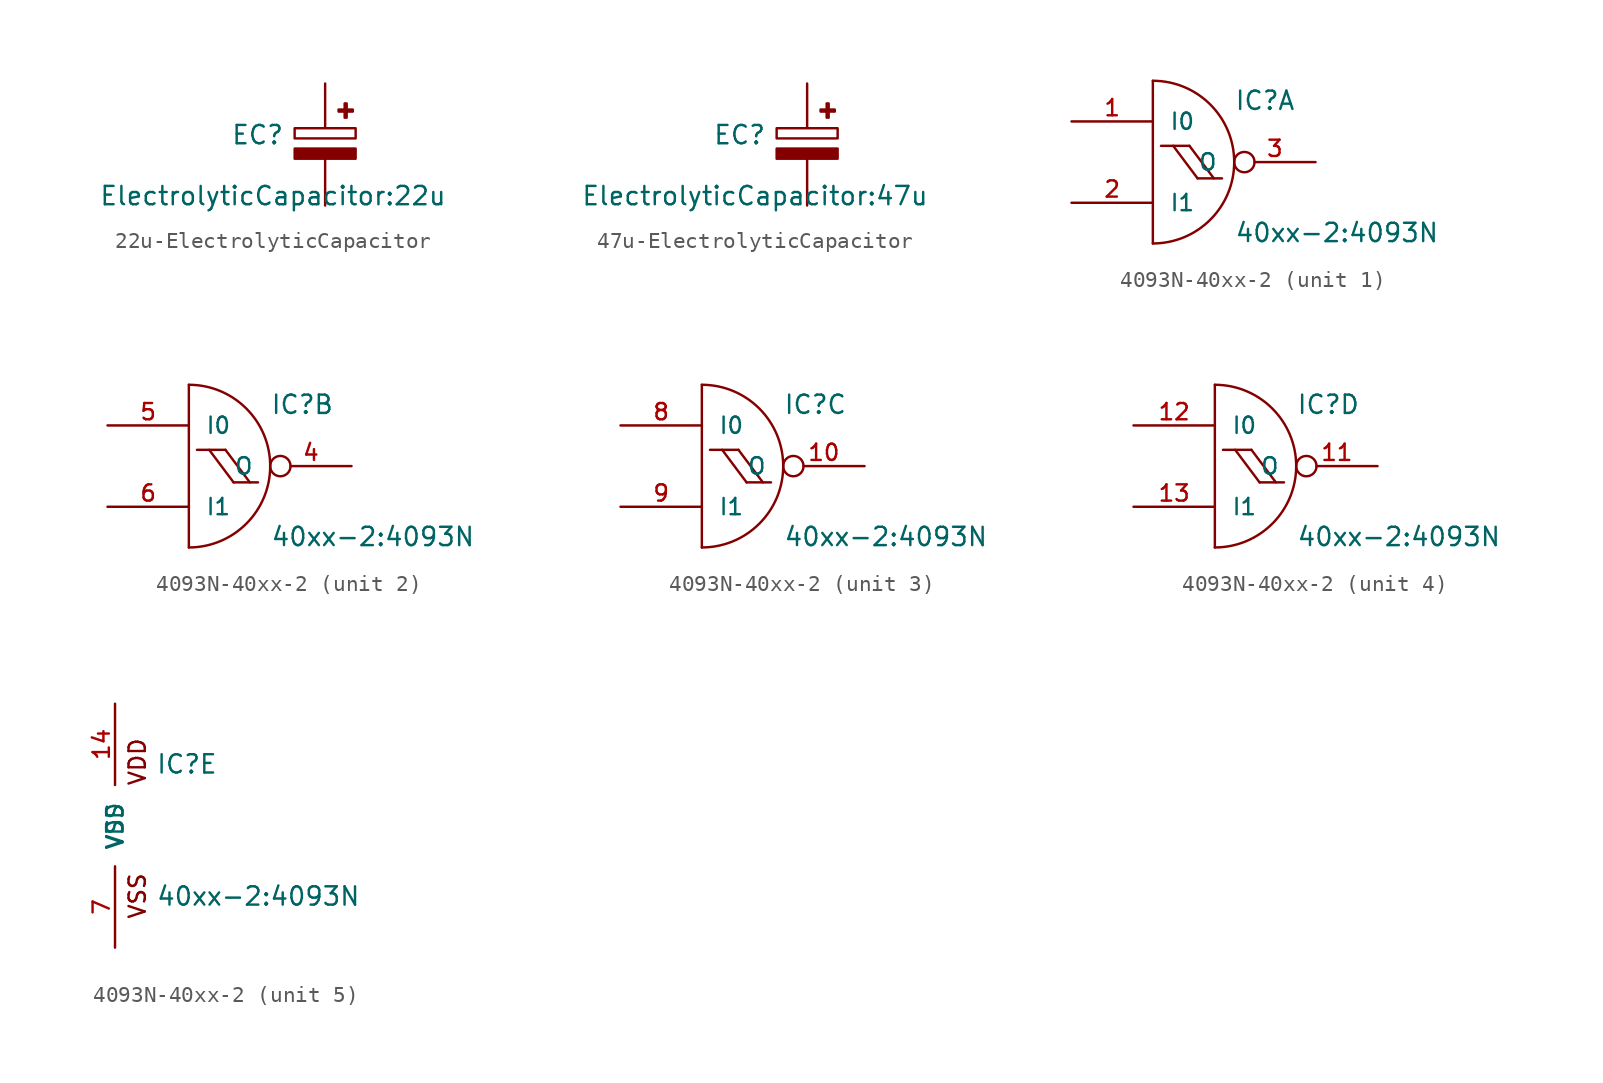
<source format=kicad_sym>
(kicad_symbol_lib
  (version 20220914)
  (generator kicad_symbol_editor)
  (symbol "22u-ElectrolyticCapacitor"
    (pin_numbers hide)
    (pin_names
      (offset 1.016) hide)
    (property "Reference" "EC"
      (at -2.54 1.27 0)
      (effects (font (size 1.143 1.143)) (justify right top)))
    (property "Value" "ElectrolyticCapacitor:22u"
      (at 7.62 -2.54 0)
      (effects (font (size 1.143 1.143)) (justify right top)))
    (property "ki_locked" ""
      (at 0 0 0)
      (effects (font (size 1.27 1.27))))
    (symbol "22u-ElectrolyticCapacitor_0_1"
      (rectangle (start -1.905 -0.254) (end 1.905 -0.889) (stroke (width 0) (type solid)) (fill (type outline)))
      (rectangle (start -1.905 1.016) (end 1.905 0.381) (stroke (width 0) (type solid)) (fill (type none))))
    (symbol "22u-ElectrolyticCapacitor_1_1"
      (rectangle (start 0.838 2.184) (end 1.727 2.057) (stroke (width 0) (type solid)) (fill (type outline)))
      (rectangle (start 1.219 2.565) (end 1.346 1.676) (stroke (width 0) (type solid)) (fill (type outline)))
      (pin passive line (at 0 3.81 270) (length 2.743) (name "+" (effects (font (size 1.016 1.016)))) (number "+" (effects (font (size 1.016 1.016)))))
      (pin passive line (at 0 -3.81 90) (length 2.896) (name "-" (effects (font (size 1.016 1.016)))) (number "-" (effects (font (size 1.016 1.016)))))))
  (symbol "47u-ElectrolyticCapacitor"
    (pin_numbers hide)
    (pin_names
      (offset 1.016) hide)
    (property "Reference" "EC"
      (at -2.54 1.27 0)
      (effects (font (size 1.143 1.143)) (justify right top)))
    (property "Value" "ElectrolyticCapacitor:47u"
      (at 7.62 -2.54 0)
      (effects (font (size 1.143 1.143)) (justify right top)))
    (property "ki_locked" ""
      (at 0 0 0)
      (effects (font (size 1.27 1.27))))
    (symbol "47u-ElectrolyticCapacitor_0_1"
      (rectangle (start -1.905 -0.254) (end 1.905 -0.889) (stroke (width 0) (type solid)) (fill (type outline)))
      (rectangle (start -1.905 1.016) (end 1.905 0.381) (stroke (width 0) (type solid)) (fill (type none))))
    (symbol "47u-ElectrolyticCapacitor_1_1"
      (rectangle (start 0.838 2.184) (end 1.727 2.057) (stroke (width 0) (type solid)) (fill (type outline)))
      (rectangle (start 1.219 2.565) (end 1.346 1.676) (stroke (width 0) (type solid)) (fill (type outline)))
      (pin passive line (at 0 3.81 270) (length 2.743) (name "+" (effects (font (size 1.016 1.016)))) (number "+" (effects (font (size 1.016 1.016)))))
      (pin passive line (at 0 -3.81 90) (length 2.896) (name "-" (effects (font (size 1.016 1.016)))) (number "-" (effects (font (size 1.016 1.016)))))))
  (symbol "4093N-40xx-2"
    (pin_names
      (offset 1.016))
    (property "Reference" "IC"
      (at 2.54 3.175 0)
      (effects (font (size 1.143 1.143)) (justify left bottom)))
    (property "Value" "40xx-2:4093N"
      (at 2.54 -5.08 0)
      (effects (font (size 1.143 1.143)) (justify left bottom)))
    (property "ki_locked" ""
      (at 0 0 0)
      (effects (font (size 1.27 1.27))))
    (symbol "4093N-40xx-2_1_0"
      (polyline (pts (xy -2.54 5.08) (xy -2.54 -5.08)) (stroke (width 0) (type solid)) (fill (type none)))
      (polyline (pts (xy -1.27 1.016) (xy 0.254 -1.016)) (stroke (width 0) (type solid)) (fill (type none)))
      (polyline (pts (xy -0.254 1.016) (xy -2.032 1.016)) (stroke (width 0) (type solid)) (fill (type none)))
      (polyline (pts (xy -0.254 1.016) (xy 1.27 -1.016)) (stroke (width 0) (type solid)) (fill (type none)))
      (polyline (pts (xy 0.254 -1.016) (xy 1.778 -1.016)) (stroke (width 0) (type solid)) (fill (type none))))
    (symbol "4093N-40xx-2_1_1"
      (arc (start -2.54 -5.08) (mid 2.5179 0) (end -2.54 5.08) (stroke (width 0) (type solid)) (fill (type none)))
      (pin input line (at -7.62 2.54 0) (length 5.08) (name "I0" (effects (font (size 1.016 1.016)))) (number "1" (effects (font (size 1.016 1.016)))))
      (pin input line (at -7.62 -2.54 0) (length 5.08) (name "I1" (effects (font (size 1.016 1.016)))) (number "2" (effects (font (size 1.016 1.016)))))
      (pin output inverted (at 7.62 0 180) (length 5.08) (name "O" (effects (font (size 1.016 1.016)))) (number "3" (effects (font (size 1.016 1.016))))))
    (symbol "4093N-40xx-2_2_0"
      (polyline (pts (xy -2.54 5.08) (xy -2.54 -5.08)) (stroke (width 0) (type solid)) (fill (type none)))
      (polyline (pts (xy -1.27 1.016) (xy 0.254 -1.016)) (stroke (width 0) (type solid)) (fill (type none)))
      (polyline (pts (xy -0.254 1.016) (xy -2.032 1.016)) (stroke (width 0) (type solid)) (fill (type none)))
      (polyline (pts (xy -0.254 1.016) (xy 1.27 -1.016)) (stroke (width 0) (type solid)) (fill (type none)))
      (polyline (pts (xy 0.254 -1.016) (xy 1.778 -1.016)) (stroke (width 0) (type solid)) (fill (type none))))
    (symbol "4093N-40xx-2_2_1"
      (arc (start -2.54 -5.08) (mid 2.5179 0) (end -2.54 5.08) (stroke (width 0) (type solid)) (fill (type none)))
      (pin output inverted (at 7.62 0 180) (length 5.08) (name "O" (effects (font (size 1.016 1.016)))) (number "4" (effects (font (size 1.016 1.016)))))
      (pin input line (at -7.62 2.54 0) (length 5.08) (name "I0" (effects (font (size 1.016 1.016)))) (number "5" (effects (font (size 1.016 1.016)))))
      (pin input line (at -7.62 -2.54 0) (length 5.08) (name "I1" (effects (font (size 1.016 1.016)))) (number "6" (effects (font (size 1.016 1.016))))))
    (symbol "4093N-40xx-2_3_0"
      (polyline (pts (xy -2.54 5.08) (xy -2.54 -5.08)) (stroke (width 0) (type solid)) (fill (type none)))
      (polyline (pts (xy -1.27 1.016) (xy 0.254 -1.016)) (stroke (width 0) (type solid)) (fill (type none)))
      (polyline (pts (xy -0.254 1.016) (xy -2.032 1.016)) (stroke (width 0) (type solid)) (fill (type none)))
      (polyline (pts (xy -0.254 1.016) (xy 1.27 -1.016)) (stroke (width 0) (type solid)) (fill (type none)))
      (polyline (pts (xy 0.254 -1.016) (xy 1.778 -1.016)) (stroke (width 0) (type solid)) (fill (type none))))
    (symbol "4093N-40xx-2_3_1"
      (arc (start -2.54 -5.08) (mid 2.5179 0) (end -2.54 5.08) (stroke (width 0) (type solid)) (fill (type none)))
      (pin output inverted (at 7.62 0 180) (length 5.08) (name "O" (effects (font (size 1.016 1.016)))) (number "10" (effects (font (size 1.016 1.016)))))
      (pin input line (at -7.62 2.54 0) (length 5.08) (name "I0" (effects (font (size 1.016 1.016)))) (number "8" (effects (font (size 1.016 1.016)))))
      (pin input line (at -7.62 -2.54 0) (length 5.08) (name "I1" (effects (font (size 1.016 1.016)))) (number "9" (effects (font (size 1.016 1.016))))))
    (symbol "4093N-40xx-2_4_0"
      (polyline (pts (xy -2.54 5.08) (xy -2.54 -5.08)) (stroke (width 0) (type solid)) (fill (type none)))
      (polyline (pts (xy -1.27 1.016) (xy 0.254 -1.016)) (stroke (width 0) (type solid)) (fill (type none)))
      (polyline (pts (xy -0.254 1.016) (xy -2.032 1.016)) (stroke (width 0) (type solid)) (fill (type none)))
      (polyline (pts (xy -0.254 1.016) (xy 1.27 -1.016)) (stroke (width 0) (type solid)) (fill (type none)))
      (polyline (pts (xy 0.254 -1.016) (xy 1.778 -1.016)) (stroke (width 0) (type solid)) (fill (type none))))
    (symbol "4093N-40xx-2_4_1"
      (arc (start -2.54 -5.08) (mid 2.5179 0) (end -2.54 5.08) (stroke (width 0) (type solid)) (fill (type none)))
      (pin output inverted (at 7.62 0 180) (length 5.08) (name "O" (effects (font (size 1.016 1.016)))) (number "11" (effects (font (size 1.016 1.016)))))
      (pin input line (at -7.62 2.54 0) (length 5.08) (name "I0" (effects (font (size 1.016 1.016)))) (number "12" (effects (font (size 1.016 1.016)))))
      (pin input line (at -7.62 -2.54 0) (length 5.08) (name "I1" (effects (font (size 1.016 1.016)))) (number "13" (effects (font (size 1.016 1.016))))))
    (symbol "4093N-40xx-2_5_0"
      (text "VDD" (at 1.397 3.988 900) (effects (font (size 1.016 1.016))))
      (text "VSS" (at 1.397 -4.394 900) (effects (font (size 1.016 1.016)))))
    (symbol "4093N-40xx-2_5_1"
      (pin power_in line (at 0 7.62 270) (length 5.08) (name "VDD" (effects (font (size 1.016 1.016)))) (number "14" (effects (font (size 1.016 1.016)))))
      (pin power_in line (at 0 -7.62 90) (length 5.08) (name "VSS" (effects (font (size 1.016 1.016)))) (number "7" (effects (font (size 1.016 1.016))))))))
</source>
